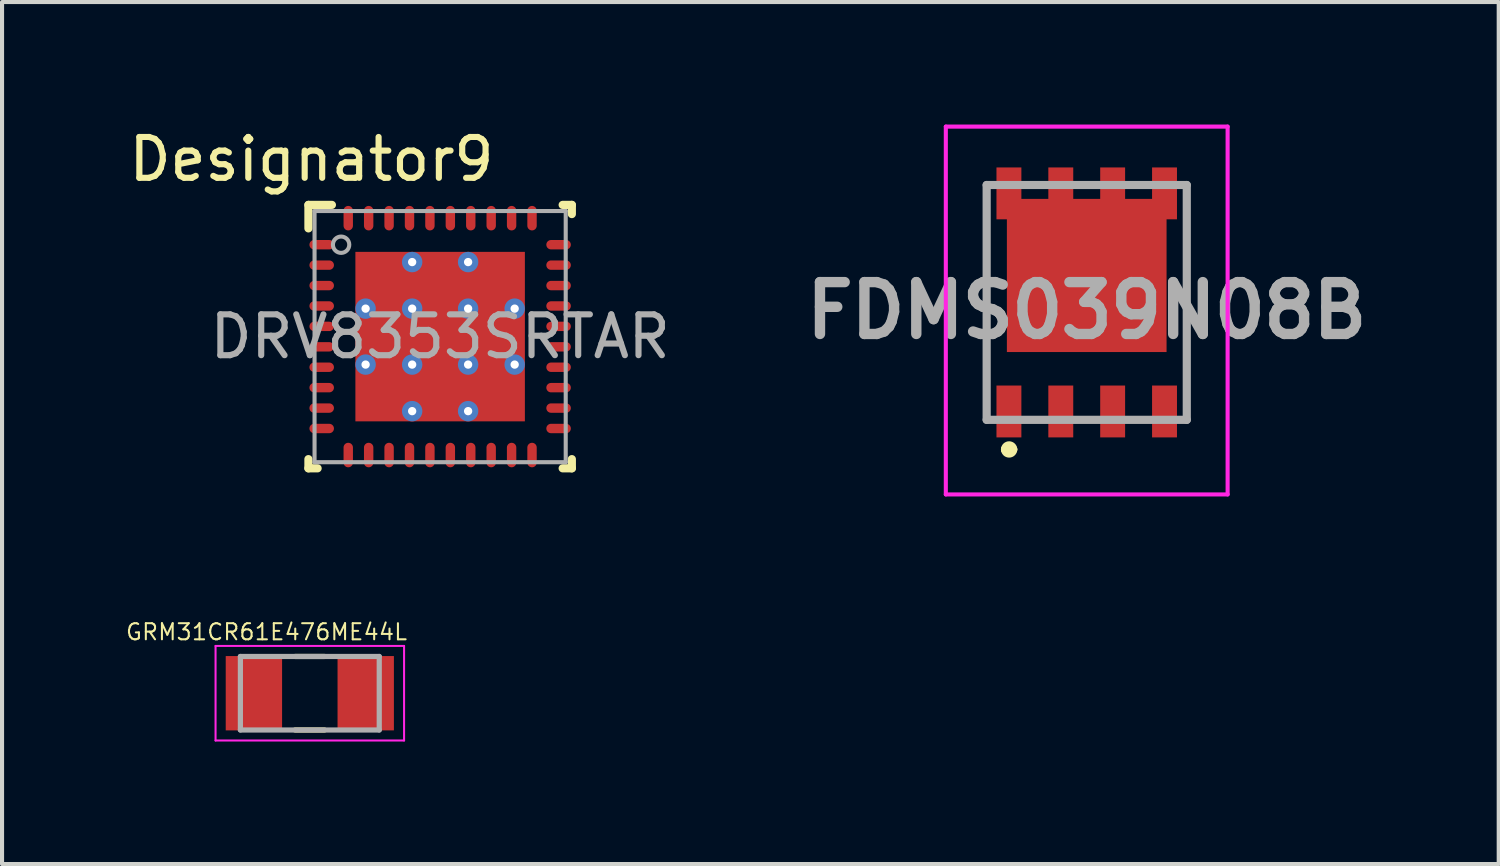
<source format=kicad_pcb>
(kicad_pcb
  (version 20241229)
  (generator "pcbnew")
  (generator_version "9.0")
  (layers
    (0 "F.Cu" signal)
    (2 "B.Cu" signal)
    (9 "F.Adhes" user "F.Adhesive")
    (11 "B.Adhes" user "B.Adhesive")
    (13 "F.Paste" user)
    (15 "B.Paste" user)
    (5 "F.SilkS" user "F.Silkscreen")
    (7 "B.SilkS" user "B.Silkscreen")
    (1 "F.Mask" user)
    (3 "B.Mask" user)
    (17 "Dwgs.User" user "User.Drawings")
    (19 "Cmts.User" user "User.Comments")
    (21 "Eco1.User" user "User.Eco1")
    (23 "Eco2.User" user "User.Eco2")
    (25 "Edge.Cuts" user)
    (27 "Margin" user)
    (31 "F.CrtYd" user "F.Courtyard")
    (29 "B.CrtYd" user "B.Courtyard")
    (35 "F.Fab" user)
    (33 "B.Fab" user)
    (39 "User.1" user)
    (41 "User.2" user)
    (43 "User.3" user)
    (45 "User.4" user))
  (footprint "FDMS039N08B"
    (layer "F.Cu")
    (at 23.559 4.553)
    (property "Reference" "FDMS039N08B" (at 0 0 0) (layer "F.SilkS") (effects (font (size 1.27 1.27) (thickness 0.054))))
    (attr smd)
    (fp_line (start -2.45 -3.073) (end -2.45 2.677) (stroke (width 0.1) (type solid)) (layer "F.SilkS"))
    (fp_line (start -2 3.402) (end -2 3.402) (stroke (width 0.2) (type solid)) (layer "F.SilkS"))
    (fp_line (start -1.8 3.402) (end -1.8 3.402) (stroke (width 0.2) (type solid)) (layer "F.SilkS"))
    (fp_line (start 2.45 -3.073) (end 2.45 2.677) (stroke (width 0.1) (type solid)) (layer "F.SilkS"))
    (fp_arc (start -2 3.402) (mid -1.9 3.302) (end -1.8 3.402) (stroke (width 0.2) (type solid)) (layer "F.SilkS"))
    (fp_arc (start -1.8 3.402) (mid -1.9 3.502) (end -2 3.402) (stroke (width 0.2) (type solid)) (layer "F.SilkS"))
    (fp_line (start -3.45 -4.503) (end 3.45 -4.503) (stroke (width 0.1) (type solid)) (layer "F.CrtYd"))
    (fp_line (start -3.45 4.503) (end -3.45 -4.503) (stroke (width 0.1) (type solid)) (layer "F.CrtYd"))
    (fp_line (start 3.45 -4.503) (end 3.45 4.503) (stroke (width 0.1) (type solid)) (layer "F.CrtYd"))
    (fp_line (start 3.45 4.503) (end -3.45 4.503) (stroke (width 0.1) (type solid)) (layer "F.CrtYd"))
    (fp_line (start -2.45 -3.073) (end 2.45 -3.073) (stroke (width 0.2) (type solid)) (layer "F.Fab"))
    (fp_line (start -2.45 2.677) (end -2.45 -3.073) (stroke (width 0.2) (type solid)) (layer "F.Fab"))
    (fp_line (start 2.45 -3.073) (end 2.45 2.677) (stroke (width 0.2) (type solid)) (layer "F.Fab"))
    (fp_line (start 2.45 2.677) (end -2.45 2.677) (stroke (width 0.2) (type solid)) (layer "F.Fab"))
    (fp_text user "${REFERENCE}" (at 0 0 0) (layer "F.Fab") (effects (font (size 1.27 1.27) (thickness 0.254))))
    (pad "1" smd rect (at -1.905 2.472) (size 0.61 1.27) (layers "F.Cu" "F.Mask" "F.Paste"))
    (pad "2" smd rect (at -0.635 2.472) (size 0.61 1.27) (layers "F.Cu" "F.Mask" "F.Paste"))
    (pad "3" smd rect (at 0.635 2.472) (size 0.61 1.27) (layers "F.Cu" "F.Mask" "F.Paste"))
    (pad "4" smd rect (at 1.905 2.472) (size 0.61 1.27) (layers "F.Cu" "F.Mask" "F.Paste"))
    (pad "5" smd rect (at 1.905 -2.868) (size 0.61 1.27) (layers "F.Cu" "F.Mask" "F.Paste"))
    (pad "6" smd rect (at 0.635 -2.868) (size 0.61 1.27) (layers "F.Cu" "F.Mask" "F.Paste"))
    (pad "7" smd rect (at -0.635 -2.868) (size 0.61 1.27) (layers "F.Cu" "F.Mask" "F.Paste"))
    (pad "8" smd rect (at -1.905 -2.868) (size 0.61 1.27) (layers "F.Cu" "F.Mask" "F.Paste"))
    (pad "9" smd rect (at 0 -0.858 90) (size 3.75 3.91) (layers "F.Cu" "F.Mask" "F.Paste")))
  (footprint "GRM31CR61E476ME44L"
    (layer "F.Cu")
    (at 4.536 13.924)
    (property "Reference" "GRM31CR61E476ME44L" (at -1.06 -1.5 0) (layer "F.SilkS") (effects (font (size 0.394 0.394) (thickness 0.05))))
    (attr smd)
    (fp_line (start -0.36 -0.9) (end 0.36 -0.9) (stroke (width 0.127) (type solid)) (layer "F.SilkS"))
    (fp_line (start -0.36 0.9) (end 0.36 0.9) (stroke (width 0.127) (type solid)) (layer "F.SilkS"))
    (fp_line (start -2.308 -1.158) (end 2.308 -1.158) (stroke (width 0.05) (type solid)) (layer "F.CrtYd"))
    (fp_line (start -2.308 1.158) (end -2.308 -1.158) (stroke (width 0.05) (type solid)) (layer "F.CrtYd"))
    (fp_line (start -2.308 1.158) (end 2.308 1.158) (stroke (width 0.05) (type solid)) (layer "F.CrtYd"))
    (fp_line (start 2.308 1.158) (end 2.308 -1.158) (stroke (width 0.05) (type solid)) (layer "F.CrtYd"))
    (fp_line (start -1.7 0.9) (end -1.7 -0.9) (stroke (width 0.127) (type solid)) (layer "F.Fab"))
    (fp_line (start 1.7 -0.9) (end -1.7 -0.9) (stroke (width 0.127) (type solid)) (layer "F.Fab"))
    (fp_line (start 1.7 0.9) (end -1.7 0.9) (stroke (width 0.127) (type solid)) (layer "F.Fab"))
    (fp_line (start 1.7 0.9) (end 1.7 -0.9) (stroke (width 0.127) (type solid)) (layer "F.Fab"))
    (pad "1" smd rect (at -1.369 0) (size 1.38 1.82) (layers "F.Cu" "F.Mask" "F.Paste"))
    (pad "2" smd rect (at 1.369 0) (size 1.38 1.82) (layers "F.Cu" "F.Mask" "F.Paste")))
  (footprint "DRV8353SRTAR"
    (layer "F.Cu")
    (at 7.727 5.192)
    (property "Reference" "DRV8353SRTAR" (at 0 0 0) (unlocked yes) (layer "F.SilkS") (effects (font (size 1 1) (thickness 0.05))))
    (attr smd)
    (fp_line (start -3.225 -3.225) (end -2.65 -3.225) (stroke (width 0.2) (type solid)) (layer "F.SilkS"))
    (fp_line (start -3.225 -2.65) (end -3.225 -3.225) (stroke (width 0.2) (type solid)) (layer "F.SilkS"))
    (fp_line (start -3.225 3.225) (end -3.225 3) (stroke (width 0.2) (type solid)) (layer "F.SilkS"))
    (fp_line (start -3.225 3.225) (end -3 3.225) (stroke (width 0.2) (type solid)) (layer "F.SilkS"))
    (fp_line (start 3 -3.225) (end 3.225 -3.225) (stroke (width 0.2) (type solid)) (layer "F.SilkS"))
    (fp_line (start 3 3.225) (end 3.225 3.225) (stroke (width 0.2) (type solid)) (layer "F.SilkS"))
    (fp_line (start 3.225 -3) (end 3.225 -3.225) (stroke (width 0.2) (type solid)) (layer "F.SilkS"))
    (fp_line (start 3.225 3.225) (end 3.225 3) (stroke (width 0.2) (type solid)) (layer "F.SilkS"))
    (fp_poly (pts (xy -1.955 -0.785) (xy -0.785 -0.785) (xy -0.785 -1.955) (xy -1.955 -1.955)) (stroke (width 0) (type solid)) (fill yes) (layer "F.Paste"))
    (fp_poly (pts (xy -1.955 0.585) (xy -0.785 0.585) (xy -0.785 -0.585) (xy -1.955 -0.585)) (stroke (width 0) (type solid)) (fill yes) (layer "F.Paste"))
    (fp_poly (pts (xy -1.955 1.955) (xy -0.785 1.955) (xy -0.785 0.785) (xy -1.955 0.785)) (stroke (width 0) (type solid)) (fill yes) (layer "F.Paste"))
    (fp_poly (pts (xy -0.585 -0.785) (xy 0.585 -0.785) (xy 0.585 -1.955) (xy -0.585 -1.955)) (stroke (width 0) (type solid)) (fill yes) (layer "F.Paste"))
    (fp_poly (pts (xy -0.585 0.585) (xy 0.585 0.585) (xy 0.585 -0.585) (xy -0.585 -0.585)) (stroke (width 0) (type solid)) (fill yes) (layer "F.Paste"))
    (fp_poly (pts (xy -0.585 1.955) (xy 0.585 1.955) (xy 0.585 0.785) (xy -0.585 0.785)) (stroke (width 0) (type solid)) (fill yes) (layer "F.Paste"))
    (fp_poly (pts (xy 0.785 -0.785) (xy 1.955 -0.785) (xy 1.955 -1.955) (xy 0.785 -1.955)) (stroke (width 0) (type solid)) (fill yes) (layer "F.Paste"))
    (fp_poly (pts (xy 0.785 0.585) (xy 1.955 0.585) (xy 1.955 -0.585) (xy 0.785 -0.585)) (stroke (width 0) (type solid)) (fill yes) (layer "F.Paste"))
    (fp_poly (pts (xy 0.785 1.955) (xy 1.955 1.955) (xy 1.955 0.785) (xy 0.785 0.785)) (stroke (width 0) (type solid)) (fill yes) (layer "F.Paste"))
    (fp_line (start -3.075 -3.075) (end 3.075 -3.075) (stroke (width 0.1) (type solid)) (layer "F.Fab"))
    (fp_line (start -3.075 3.075) (end -3.075 -3.075) (stroke (width 0.1) (type solid)) (layer "F.Fab"))
    (fp_line (start -3.075 3.075) (end 3.075 3.075) (stroke (width 0.1) (type solid)) (layer "F.Fab"))
    (fp_line (start 3.075 3.075) (end 3.075 -3.075) (stroke (width 0.1) (type solid)) (layer "F.Fab"))
    (fp_circle (center -2.425 -2.25) (end -2.225 -2.25) (stroke (width 0.1) (type solid)) (fill no) (layer "F.Fab"))
    (fp_text user "Designator9" (at -3.15 -4.343 0) (unlocked yes) (layer "F.SilkS") (effects (font (size 1 1) (thickness 0.15))))
    (fp_text user "${REFERENCE}" (at 0 0 0) (unlocked yes) (layer "F.Fab") (effects (font (size 1 1) (thickness 0.15))))
    (pad "1" smd oval (at -2.9 -2.25 90) (size 0.23 0.6) (layers "F.Cu" "F.Mask" "F.Paste"))
    (pad "2" smd oval (at -2.9 -1.75 90) (size 0.23 0.6) (layers "F.Cu" "F.Mask" "F.Paste"))
    (pad "3" smd oval (at -2.9 -1.25 90) (size 0.23 0.6) (layers "F.Cu" "F.Mask" "F.Paste"))
    (pad "4" smd oval (at -2.9 -0.75 90) (size 0.23 0.6) (layers "F.Cu" "F.Mask" "F.Paste"))
    (pad "5" smd oval (at -2.9 -0.25 90) (size 0.23 0.6) (layers "F.Cu" "F.Mask" "F.Paste"))
    (pad "6" smd oval (at -2.9 0.25 90) (size 0.23 0.6) (layers "F.Cu" "F.Mask" "F.Paste"))
    (pad "7" smd oval (at -2.9 0.75 90) (size 0.23 0.6) (layers "F.Cu" "F.Mask" "F.Paste"))
    (pad "8" smd oval (at -2.9 1.25 90) (size 0.23 0.6) (layers "F.Cu" "F.Mask" "F.Paste"))
    (pad "9" smd oval (at -2.9 1.75 90) (size 0.23 0.6) (layers "F.Cu" "F.Mask" "F.Paste"))
    (pad "10" smd oval (at -2.9 2.25 90) (size 0.23 0.6) (layers "F.Cu" "F.Mask" "F.Paste"))
    (pad "11" smd oval (at -2.25 2.9) (size 0.23 0.6) (layers "F.Cu" "F.Mask" "F.Paste"))
    (pad "12" smd oval (at -1.75 2.9) (size 0.23 0.6) (layers "F.Cu" "F.Mask" "F.Paste"))
    (pad "13" smd oval (at -1.25 2.9) (size 0.23 0.6) (layers "F.Cu" "F.Mask" "F.Paste"))
    (pad "14" smd oval (at -0.75 2.9) (size 0.23 0.6) (layers "F.Cu" "F.Mask" "F.Paste"))
    (pad "15" smd oval (at -0.25 2.9) (size 0.23 0.6) (layers "F.Cu" "F.Mask" "F.Paste"))
    (pad "16" smd oval (at 0.25 2.9) (size 0.23 0.6) (layers "F.Cu" "F.Mask" "F.Paste"))
    (pad "17" smd oval (at 0.75 2.9) (size 0.23 0.6) (layers "F.Cu" "F.Mask" "F.Paste"))
    (pad "18" smd oval (at 1.25 2.9) (size 0.23 0.6) (layers "F.Cu" "F.Mask" "F.Paste"))
    (pad "19" smd oval (at 1.75 2.9) (size 0.23 0.6) (layers "F.Cu" "F.Mask" "F.Paste"))
    (pad "20" smd oval (at 2.25 2.9) (size 0.23 0.6) (layers "F.Cu" "F.Mask" "F.Paste"))
    (pad "21" smd oval (at 2.9 2.25 90) (size 0.23 0.6) (layers "F.Cu" "F.Mask" "F.Paste"))
    (pad "22" smd oval (at 2.9 1.75 90) (size 0.23 0.6) (layers "F.Cu" "F.Mask" "F.Paste"))
    (pad "23" smd oval (at 2.9 1.25 90) (size 0.23 0.6) (layers "F.Cu" "F.Mask" "F.Paste"))
    (pad "24" smd oval (at 2.9 0.75 90) (size 0.23 0.6) (layers "F.Cu" "F.Mask" "F.Paste"))
    (pad "25" smd oval (at 2.9 0.25 90) (size 0.23 0.6) (layers "F.Cu" "F.Mask" "F.Paste"))
    (pad "26" smd oval (at 2.9 -0.25 90) (size 0.23 0.6) (layers "F.Cu" "F.Mask" "F.Paste"))
    (pad "27" smd oval (at 2.9 -0.75 90) (size 0.23 0.6) (layers "F.Cu" "F.Mask" "F.Paste"))
    (pad "28" smd oval (at 2.9 -1.25 90) (size 0.23 0.6) (layers "F.Cu" "F.Mask" "F.Paste"))
    (pad "29" smd oval (at 2.9 -1.75 90) (size 0.23 0.6) (layers "F.Cu" "F.Mask" "F.Paste"))
    (pad "30" smd oval (at 2.9 -2.25 90) (size 0.23 0.6) (layers "F.Cu" "F.Mask" "F.Paste"))
    (pad "31" smd oval (at 2.25 -2.9) (size 0.23 0.6) (layers "F.Cu" "F.Mask" "F.Paste"))
    (pad "32" smd oval (at 1.75 -2.9) (size 0.23 0.6) (layers "F.Cu" "F.Mask" "F.Paste"))
    (pad "33" smd oval (at 1.25 -2.9) (size 0.23 0.6) (layers "F.Cu" "F.Mask" "F.Paste"))
    (pad "34" smd oval (at 0.75 -2.9) (size 0.23 0.6) (layers "F.Cu" "F.Mask" "F.Paste"))
    (pad "35" smd oval (at 0.25 -2.9) (size 0.23 0.6) (layers "F.Cu" "F.Mask" "F.Paste"))
    (pad "36" smd oval (at -0.25 -2.9) (size 0.23 0.6) (layers "F.Cu" "F.Mask" "F.Paste"))
    (pad "37" smd oval (at -0.75 -2.9) (size 0.23 0.6) (layers "F.Cu" "F.Mask" "F.Paste"))
    (pad "38" smd oval (at -1.25 -2.9) (size 0.23 0.6) (layers "F.Cu" "F.Mask" "F.Paste"))
    (pad "39" smd oval (at -1.75 -2.9) (size 0.23 0.6) (layers "F.Cu" "F.Mask" "F.Paste"))
    (pad "40" smd oval (at -2.25 -2.9) (size 0.23 0.6) (layers "F.Cu" "F.Mask" "F.Paste"))
    (pad "41" thru_hole circle (at -1.825 -0.685) (size 0.5 0.5) (drill 0.203) (layers "*.Cu" "*.Mask"))
    (pad "41" thru_hole circle (at -1.825 0.685) (size 0.5 0.5) (drill 0.203) (layers "*.Cu" "*.Mask"))
    (pad "41" thru_hole circle (at -0.685 -1.825) (size 0.5 0.5) (drill 0.203) (layers "*.Cu" "*.Mask"))
    (pad "41" thru_hole circle (at -0.685 -0.685) (size 0.5 0.5) (drill 0.203) (layers "*.Cu" "*.Mask"))
    (pad "41" thru_hole circle (at -0.685 0.685) (size 0.5 0.5) (drill 0.203) (layers "*.Cu" "*.Mask"))
    (pad "41" thru_hole circle (at -0.685 1.825) (size 0.5 0.5) (drill 0.203) (layers "*.Cu" "*.Mask"))
    (pad "41" smd rect (at 0 0) (size 4.15 4.15) (layers "F.Cu" "F.Mask"))
    (pad "41" thru_hole circle (at 0.685 -1.825) (size 0.5 0.5) (drill 0.203) (layers "*.Cu" "*.Mask"))
    (pad "41" thru_hole circle (at 0.685 -0.685) (size 0.5 0.5) (drill 0.203) (layers "*.Cu" "*.Mask"))
    (pad "41" thru_hole circle (at 0.685 0.685) (size 0.5 0.5) (drill 0.203) (layers "*.Cu" "*.Mask"))
    (pad "41" thru_hole circle (at 0.685 1.825) (size 0.5 0.5) (drill 0.203) (layers "*.Cu" "*.Mask"))
    (pad "41" thru_hole circle (at 1.825 -0.685) (size 0.5 0.5) (drill 0.203) (layers "*.Cu" "*.Mask"))
    (pad "41" thru_hole circle (at 1.825 0.685) (size 0.5 0.5) (drill 0.203) (layers "*.Cu" "*.Mask")))
  (gr_rect
    (start -3 -3)
    (end 33.647 18.107)
    (stroke (width 0.1) (type default))
    (fill no)
    (layer "Edge.Cuts")))
</source>
